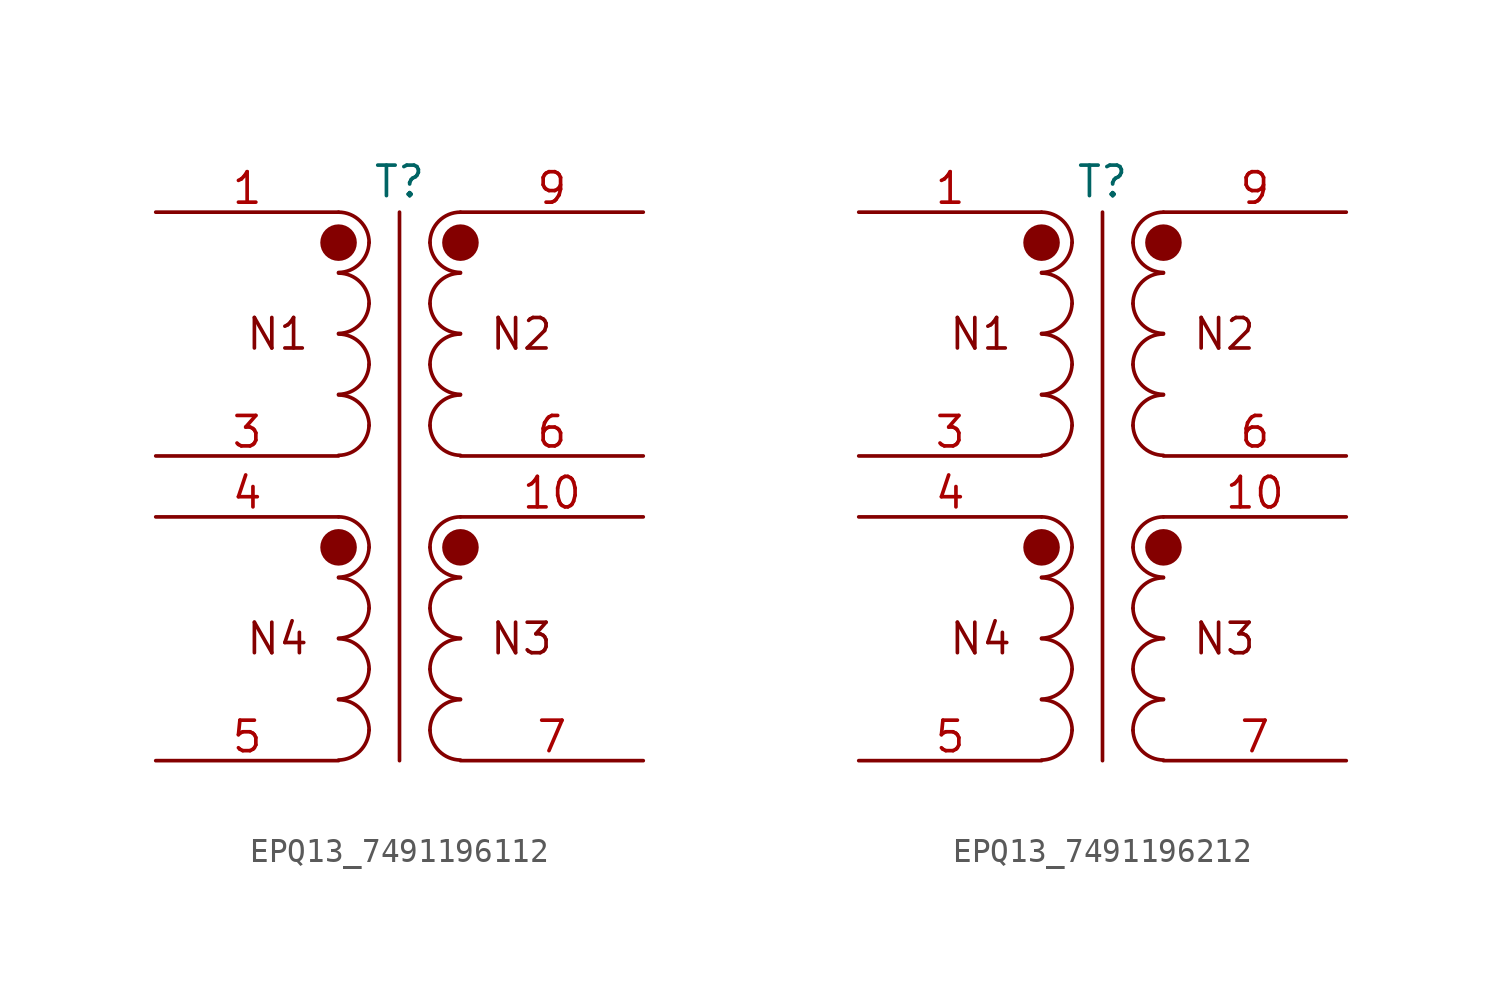
<source format=kicad_sym>
(kicad_symbol_lib
  (version 20220914)
  (generator kicad_symbol_editor)
  (symbol "EPQ13_7491196112"
    (pin_names hide)
    (property "Reference" "T"
      (at 0 12.7 0)
      (effects (font (size 1.27 1.27))))
    (property "Critical Parameter" ""
      (at 0 -5.08 0)
      (effects (font (size 1.27 1.27)) (justify left)))
    (symbol "EPQ13_7491196112_0_1"
      (arc (start -2.54 -11.4046) (mid -1.6561 -11.0363) (end -1.27 -10.16) (stroke (width 0) (type default)) (fill (type none)))
      (arc (start -2.54 -8.8646) (mid -1.6561 -8.4963) (end -1.27 -7.62) (stroke (width 0) (type default)) (fill (type none)))
      (arc (start -2.54 -6.3246) (mid -1.6561 -5.9563) (end -1.27 -5.08) (stroke (width 0) (type default)) (fill (type none)))
      (arc (start -2.54 -3.7846) (mid -1.6561 -3.4163) (end -1.27 -2.54) (stroke (width 0) (type default)) (fill (type none)))
      (arc (start -2.54 1.2954) (mid -1.6561 1.6637) (end -1.27 2.54) (stroke (width 0) (type default)) (fill (type none)))
      (arc (start -2.54 3.8354) (mid -1.6561 4.2037) (end -1.27 5.08) (stroke (width 0) (type default)) (fill (type none)))
      (arc (start -2.54 6.3754) (mid -1.6561 6.7437) (end -1.27 7.62) (stroke (width 0) (type default)) (fill (type none)))
      (arc (start -2.54 8.9154) (mid -1.6561 9.2837) (end -1.27 10.16) (stroke (width 0) (type default)) (fill (type none)))
      (arc (start -1.27 -10.16) (mid -1.642 -9.262) (end -2.54 -8.89) (stroke (width 0) (type default)) (fill (type none)))
      (arc (start -1.27 -7.62) (mid -1.642 -6.722) (end -2.54 -6.35) (stroke (width 0) (type default)) (fill (type none)))
      (arc (start -1.27 -5.08) (mid -1.642 -4.182) (end -2.54 -3.81) (stroke (width 0) (type default)) (fill (type none)))
      (arc (start -1.27 -2.54) (mid -1.642 -1.642) (end -2.54 -1.27) (stroke (width 0) (type default)) (fill (type none)))
      (arc (start -1.27 2.54) (mid -1.642 3.438) (end -2.54 3.81) (stroke (width 0) (type default)) (fill (type none)))
      (arc (start -1.27 5.08) (mid -1.642 5.978) (end -2.54 6.35) (stroke (width 0) (type default)) (fill (type none)))
      (arc (start -1.27 7.62) (mid -1.642 8.518) (end -2.54 8.89) (stroke (width 0) (type default)) (fill (type none)))
      (arc (start -1.27 10.16) (mid -1.642 11.058) (end -2.54 11.43) (stroke (width 0) (type default)) (fill (type none)))
      (polyline (pts (xy 0 -11.43) (xy 0 11.43)) (stroke (width 0) (type default)) (fill (type none)))
      (arc (start 1.27 -10.16) (mid 1.6561 -11.0363) (end 2.54 -11.4046) (stroke (width 0) (type default)) (fill (type none)))
      (arc (start 1.27 -7.62) (mid 1.6561 -8.4963) (end 2.54 -8.8646) (stroke (width 0) (type default)) (fill (type none)))
      (arc (start 1.27 -5.08) (mid 1.6561 -5.9563) (end 2.54 -6.3246) (stroke (width 0) (type default)) (fill (type none)))
      (arc (start 1.27 -2.54) (mid 1.6561 -3.4163) (end 2.54 -3.7846) (stroke (width 0) (type default)) (fill (type none)))
      (arc (start 1.27 2.54) (mid 1.6561 1.6637) (end 2.54 1.2954) (stroke (width 0) (type default)) (fill (type none)))
      (arc (start 1.27 5.08) (mid 1.6561 4.2037) (end 2.54 3.8354) (stroke (width 0) (type default)) (fill (type none)))
      (arc (start 1.27 7.62) (mid 1.6561 6.7437) (end 2.54 6.3754) (stroke (width 0) (type default)) (fill (type none)))
      (arc (start 1.27 10.16) (mid 1.6561 9.2837) (end 2.54 8.9154) (stroke (width 0) (type default)) (fill (type none)))
      (arc (start 2.54 -8.89) (mid 1.642 -9.262) (end 1.27 -10.16) (stroke (width 0) (type default)) (fill (type none)))
      (arc (start 2.54 -6.35) (mid 1.642 -6.722) (end 1.27 -7.62) (stroke (width 0) (type default)) (fill (type none)))
      (arc (start 2.54 -3.81) (mid 1.642 -4.182) (end 1.27 -5.08) (stroke (width 0) (type default)) (fill (type none)))
      (arc (start 2.54 -1.27) (mid 1.642 -1.642) (end 1.27 -2.54) (stroke (width 0) (type default)) (fill (type none)))
      (arc (start 2.54 3.81) (mid 1.642 3.438) (end 1.27 2.54) (stroke (width 0) (type default)) (fill (type none)))
      (arc (start 2.54 6.35) (mid 1.642 5.978) (end 1.27 5.08) (stroke (width 0) (type default)) (fill (type none)))
      (arc (start 2.54 8.89) (mid 1.642 8.518) (end 1.27 7.62) (stroke (width 0) (type default)) (fill (type none)))
      (arc (start 2.54 11.43) (mid 1.642 11.058) (end 1.27 10.16) (stroke (width 0) (type default)) (fill (type none))))
    (symbol "EPQ13_7491196112_1_1"
      (circle (center -2.54 -2.54) (radius 0.0001) (stroke (width 0.762) (type default)) (fill (type none)))
      (circle (center -2.54 10.16) (radius 0.0001) (stroke (width 0.762) (type default)) (fill (type none)))
      (circle (center 2.54 -2.54) (radius 0.0001) (stroke (width 0.762) (type default)) (fill (type none)))
      (circle (center 2.54 10.16) (radius 0.0001) (stroke (width 0.762) (type default)) (fill (type none)))
      (text "N1" (at -5.08 6.35 0) (effects (font (size 1.27 1.27))))
      (text "N2" (at 5.08 6.35 0) (effects (font (size 1.27 1.27))))
      (text "N4" (at -5.08 -6.35 0) (effects (font (size 1.27 1.27))))
      (text "N3" (at 5.08 -6.35 0) (effects (font (size 1.27 1.27))))
      (pin passive line (at -10.16 11.43 0) (length 7.62) (name "1" (effects (font (size 1.27 1.27)))) (number "1" (effects (font (size 1.27 1.27)))))
      (pin passive line (at -10.16 1.27 0) (length 7.62) (name "3" (effects (font (size 1.27 1.27)))) (number "3" (effects (font (size 1.27 1.27)))))
      (pin passive line (at -10.16 -1.27 0) (length 7.62) (name "4" (effects (font (size 1.27 1.27)))) (number "4" (effects (font (size 1.27 1.27)))))
      (pin passive line (at -10.16 -11.43 0) (length 7.62) (name "5" (effects (font (size 1.27 1.27)))) (number "5" (effects (font (size 1.27 1.27)))))
      (pin passive line (at 10.16 11.43 180) (length 7.62) (name "9" (effects (font (size 1.27 1.27)))) (number "9" (effects (font (size 1.27 1.27)))))
      (pin passive line (at 10.16 1.27 180) (length 7.62) (name "6" (effects (font (size 1.27 1.27)))) (number "6" (effects (font (size 1.27 1.27)))))
      (pin passive line (at 10.16 -1.27 180) (length 7.62) (name "10" (effects (font (size 1.27 1.27)))) (number "10" (effects (font (size 1.27 1.27)))))
      (pin passive line (at 10.16 -11.43 180) (length 7.62) (name "7" (effects (font (size 1.27 1.27)))) (number "7" (effects (font (size 1.27 1.27)))))))
  (symbol "EPQ13_7491196212"
    (pin_names hide)
    (property "Reference" "T"
      (at 0 12.7 0)
      (effects (font (size 1.27 1.27))))
    (property "Critical Parameter" ""
      (at 0 -5.08 0)
      (effects (font (size 1.27 1.27)) (justify left)))
    (symbol "EPQ13_7491196212_0_1"
      (arc (start -2.54 -11.4046) (mid -1.6561 -11.0363) (end -1.27 -10.16) (stroke (width 0) (type default)) (fill (type none)))
      (arc (start -2.54 -8.8646) (mid -1.6561 -8.4963) (end -1.27 -7.62) (stroke (width 0) (type default)) (fill (type none)))
      (arc (start -2.54 -6.3246) (mid -1.6561 -5.9563) (end -1.27 -5.08) (stroke (width 0) (type default)) (fill (type none)))
      (arc (start -2.54 -3.7846) (mid -1.6561 -3.4163) (end -1.27 -2.54) (stroke (width 0) (type default)) (fill (type none)))
      (arc (start -2.54 1.2954) (mid -1.6561 1.6637) (end -1.27 2.54) (stroke (width 0) (type default)) (fill (type none)))
      (arc (start -2.54 3.8354) (mid -1.6561 4.2037) (end -1.27 5.08) (stroke (width 0) (type default)) (fill (type none)))
      (arc (start -2.54 6.3754) (mid -1.6561 6.7437) (end -1.27 7.62) (stroke (width 0) (type default)) (fill (type none)))
      (arc (start -2.54 8.9154) (mid -1.6561 9.2837) (end -1.27 10.16) (stroke (width 0) (type default)) (fill (type none)))
      (arc (start -1.27 -10.16) (mid -1.642 -9.262) (end -2.54 -8.89) (stroke (width 0) (type default)) (fill (type none)))
      (arc (start -1.27 -7.62) (mid -1.642 -6.722) (end -2.54 -6.35) (stroke (width 0) (type default)) (fill (type none)))
      (arc (start -1.27 -5.08) (mid -1.642 -4.182) (end -2.54 -3.81) (stroke (width 0) (type default)) (fill (type none)))
      (arc (start -1.27 -2.54) (mid -1.642 -1.642) (end -2.54 -1.27) (stroke (width 0) (type default)) (fill (type none)))
      (arc (start -1.27 2.54) (mid -1.642 3.438) (end -2.54 3.81) (stroke (width 0) (type default)) (fill (type none)))
      (arc (start -1.27 5.08) (mid -1.642 5.978) (end -2.54 6.35) (stroke (width 0) (type default)) (fill (type none)))
      (arc (start -1.27 7.62) (mid -1.642 8.518) (end -2.54 8.89) (stroke (width 0) (type default)) (fill (type none)))
      (arc (start -1.27 10.16) (mid -1.642 11.058) (end -2.54 11.43) (stroke (width 0) (type default)) (fill (type none)))
      (polyline (pts (xy 0 -11.43) (xy 0 11.43)) (stroke (width 0) (type default)) (fill (type none)))
      (arc (start 1.27 -10.16) (mid 1.6561 -11.0363) (end 2.54 -11.4046) (stroke (width 0) (type default)) (fill (type none)))
      (arc (start 1.27 -7.62) (mid 1.6561 -8.4963) (end 2.54 -8.8646) (stroke (width 0) (type default)) (fill (type none)))
      (arc (start 1.27 -5.08) (mid 1.6561 -5.9563) (end 2.54 -6.3246) (stroke (width 0) (type default)) (fill (type none)))
      (arc (start 1.27 -2.54) (mid 1.6561 -3.4163) (end 2.54 -3.7846) (stroke (width 0) (type default)) (fill (type none)))
      (arc (start 1.27 2.54) (mid 1.6561 1.6637) (end 2.54 1.2954) (stroke (width 0) (type default)) (fill (type none)))
      (arc (start 1.27 5.08) (mid 1.6561 4.2037) (end 2.54 3.8354) (stroke (width 0) (type default)) (fill (type none)))
      (arc (start 1.27 7.62) (mid 1.6561 6.7437) (end 2.54 6.3754) (stroke (width 0) (type default)) (fill (type none)))
      (arc (start 1.27 10.16) (mid 1.6561 9.2837) (end 2.54 8.9154) (stroke (width 0) (type default)) (fill (type none)))
      (arc (start 2.54 -8.89) (mid 1.642 -9.262) (end 1.27 -10.16) (stroke (width 0) (type default)) (fill (type none)))
      (arc (start 2.54 -6.35) (mid 1.642 -6.722) (end 1.27 -7.62) (stroke (width 0) (type default)) (fill (type none)))
      (arc (start 2.54 -3.81) (mid 1.642 -4.182) (end 1.27 -5.08) (stroke (width 0) (type default)) (fill (type none)))
      (arc (start 2.54 -1.27) (mid 1.642 -1.642) (end 1.27 -2.54) (stroke (width 0) (type default)) (fill (type none)))
      (arc (start 2.54 3.81) (mid 1.642 3.438) (end 1.27 2.54) (stroke (width 0) (type default)) (fill (type none)))
      (arc (start 2.54 6.35) (mid 1.642 5.978) (end 1.27 5.08) (stroke (width 0) (type default)) (fill (type none)))
      (arc (start 2.54 8.89) (mid 1.642 8.518) (end 1.27 7.62) (stroke (width 0) (type default)) (fill (type none)))
      (arc (start 2.54 11.43) (mid 1.642 11.058) (end 1.27 10.16) (stroke (width 0) (type default)) (fill (type none))))
    (symbol "EPQ13_7491196212_1_1"
      (circle (center -2.54 -2.54) (radius 0.0001) (stroke (width 0.762) (type default)) (fill (type none)))
      (circle (center -2.54 10.16) (radius 0.0001) (stroke (width 0.762) (type default)) (fill (type none)))
      (circle (center 2.54 -2.54) (radius 0.0001) (stroke (width 0.762) (type default)) (fill (type none)))
      (circle (center 2.54 10.16) (radius 0.0001) (stroke (width 0.762) (type default)) (fill (type none)))
      (text "N1" (at -5.08 6.35 0) (effects (font (size 1.27 1.27))))
      (text "N2" (at 5.08 6.35 0) (effects (font (size 1.27 1.27))))
      (text "N4" (at -5.08 -6.35 0) (effects (font (size 1.27 1.27))))
      (text "N3" (at 5.08 -6.35 0) (effects (font (size 1.27 1.27))))
      (pin passive line (at -10.16 11.43 0) (length 7.62) (name "1" (effects (font (size 1.27 1.27)))) (number "1" (effects (font (size 1.27 1.27)))))
      (pin passive line (at -10.16 1.27 0) (length 7.62) (name "3" (effects (font (size 1.27 1.27)))) (number "3" (effects (font (size 1.27 1.27)))))
      (pin passive line (at -10.16 -1.27 0) (length 7.62) (name "4" (effects (font (size 1.27 1.27)))) (number "4" (effects (font (size 1.27 1.27)))))
      (pin passive line (at -10.16 -11.43 0) (length 7.62) (name "5" (effects (font (size 1.27 1.27)))) (number "5" (effects (font (size 1.27 1.27)))))
      (pin passive line (at 10.16 11.43 180) (length 7.62) (name "9" (effects (font (size 1.27 1.27)))) (number "9" (effects (font (size 1.27 1.27)))))
      (pin passive line (at 10.16 1.27 180) (length 7.62) (name "6" (effects (font (size 1.27 1.27)))) (number "6" (effects (font (size 1.27 1.27)))))
      (pin passive line (at 10.16 -1.27 180) (length 7.62) (name "10" (effects (font (size 1.27 1.27)))) (number "10" (effects (font (size 1.27 1.27)))))
      (pin passive line (at 10.16 -11.43 180) (length 7.62) (name "7" (effects (font (size 1.27 1.27)))) (number "7" (effects (font (size 1.27 1.27))))))))
</source>
